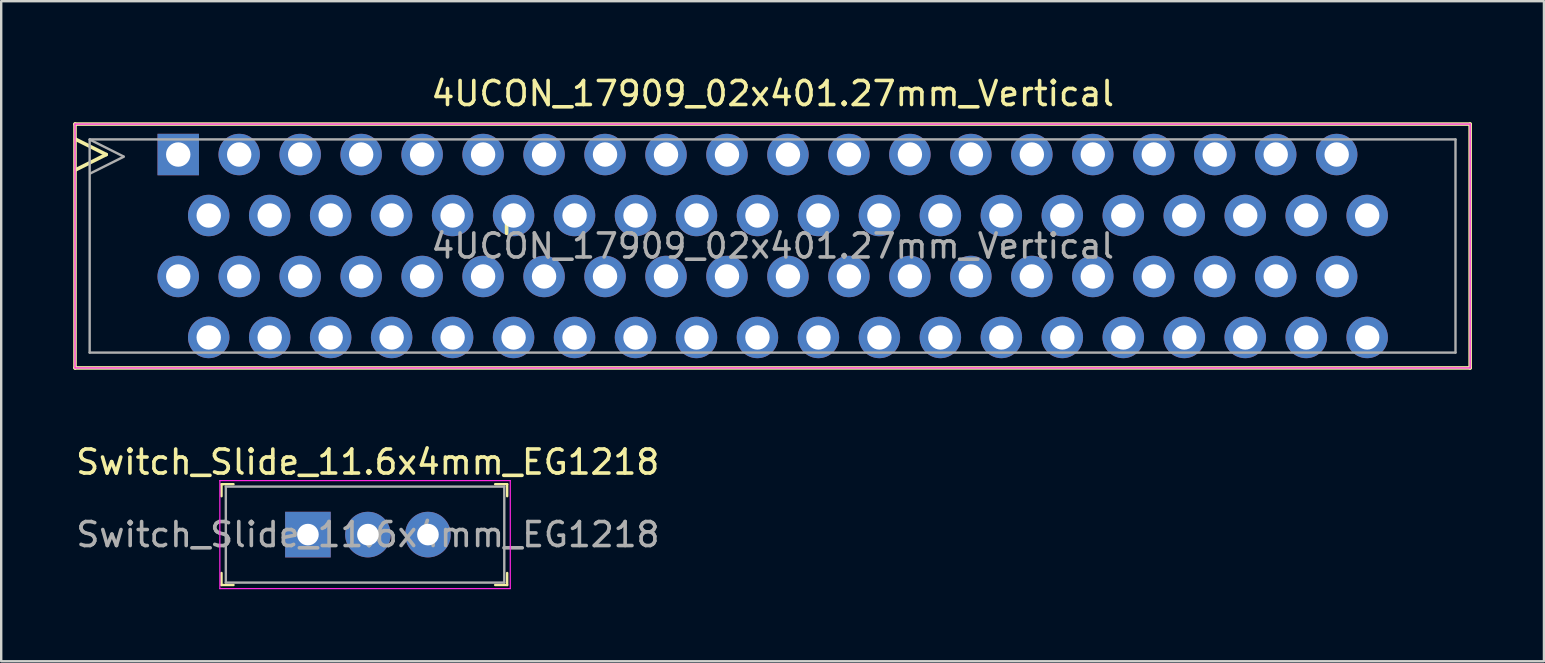
<source format=kicad_pcb>
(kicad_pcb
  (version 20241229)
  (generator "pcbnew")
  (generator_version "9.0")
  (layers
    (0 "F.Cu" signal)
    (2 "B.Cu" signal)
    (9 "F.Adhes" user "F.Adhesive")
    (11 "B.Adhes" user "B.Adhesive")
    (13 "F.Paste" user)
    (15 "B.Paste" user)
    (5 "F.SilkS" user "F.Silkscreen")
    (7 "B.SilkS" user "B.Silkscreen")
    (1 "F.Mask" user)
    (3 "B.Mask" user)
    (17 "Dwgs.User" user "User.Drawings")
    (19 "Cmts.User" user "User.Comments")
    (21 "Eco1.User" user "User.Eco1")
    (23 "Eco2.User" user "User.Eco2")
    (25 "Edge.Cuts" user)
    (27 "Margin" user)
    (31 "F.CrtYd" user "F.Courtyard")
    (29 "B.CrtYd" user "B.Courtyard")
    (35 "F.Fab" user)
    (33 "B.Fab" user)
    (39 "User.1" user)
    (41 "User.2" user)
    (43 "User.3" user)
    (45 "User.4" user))
  (footprint "4UCON_17909_02x401.27mm_Vertical"
    (layer "F.Cu")
    (at 4.375 3.388)
    (property "Reference" "4UCON_17909_02x401.27mm_Vertical" (at 24.765 -2.54 0) (layer "F.SilkS") (effects (font (size 1 1) (thickness 0.15))))
    (attr through_hole)
    (fp_line (start -4.3 -1.27) (end 53.82 -1.27) (stroke (width 0.15) (type solid)) (layer "F.SilkS"))
    (fp_line (start -4.3 8.89) (end -4.3 -1.27) (stroke (width 0.15) (type solid)) (layer "F.SilkS"))
    (fp_line (start -4.27 -0.635) (end -3 0) (stroke (width 0.15) (type solid)) (layer "F.SilkS"))
    (fp_line (start -3 0) (end -4.27 0.635) (stroke (width 0.15) (type solid)) (layer "F.SilkS"))
    (fp_line (start 13.68 2.73) (end 13.68 3.28) (stroke (width 0.15) (type solid)) (layer "F.SilkS"))
    (fp_line (start 53.82 -1.27) (end 53.82 8.89) (stroke (width 0.15) (type solid)) (layer "F.SilkS"))
    (fp_line (start 53.82 8.89) (end -4.3 8.89) (stroke (width 0.15) (type solid)) (layer "F.SilkS"))
    (fp_line (start -4.3 -1.27) (end -4.3 8.89) (stroke (width 0.05) (type solid)) (layer "F.CrtYd"))
    (fp_line (start -4.3 8.89) (end 53.82 8.89) (stroke (width 0.05) (type solid)) (layer "F.CrtYd"))
    (fp_line (start 53.82 -1.27) (end -4.3 -1.27) (stroke (width 0.05) (type solid)) (layer "F.CrtYd"))
    (fp_line (start 53.82 8.89) (end 53.82 -1.27) (stroke (width 0.05) (type solid)) (layer "F.CrtYd"))
    (fp_line (start -3.69 -0.63) (end 53.21 -0.63) (stroke (width 0.1) (type solid)) (layer "F.Fab"))
    (fp_line (start -3.69 8.25) (end -3.69 -0.63) (stroke (width 0.1) (type solid)) (layer "F.Fab"))
    (fp_line (start -3.68 -0.62) (end -2.28 0.08) (stroke (width 0.1) (type solid)) (layer "F.Fab"))
    (fp_line (start -2.27 0.09) (end -3.67 0.79) (stroke (width 0.1) (type solid)) (layer "F.Fab"))
    (fp_line (start 53.21 -0.63) (end 53.21 8.25) (stroke (width 0.1) (type solid)) (layer "F.Fab"))
    (fp_line (start 53.21 8.25) (end -3.69 8.25) (stroke (width 0.1) (type solid)) (layer "F.Fab"))
    (fp_text user "${REFERENCE}" (at 24.765 3.81 0) (layer "F.Fab") (effects (font (size 1 1) (thickness 0.15))))
    (pad "1" thru_hole rect (at 0 0) (size 1.727 1.727) (drill 1.016) (layers "*.Cu" "*.Mask"))
    (pad "2" thru_hole oval (at 0 5.08) (size 1.727 1.727) (drill 1.016) (layers "*.Cu" "*.Mask"))
    (pad "3" thru_hole oval (at 1.27 2.54) (size 1.727 1.727) (drill 1.016) (layers "*.Cu" "*.Mask"))
    (pad "4" thru_hole oval (at 1.27 7.62) (size 1.727 1.727) (drill 1.016) (layers "*.Cu" "*.Mask"))
    (pad "5" thru_hole oval (at 2.54 0) (size 1.727 1.727) (drill 1.016) (layers "*.Cu" "*.Mask"))
    (pad "6" thru_hole oval (at 2.54 5.08) (size 1.727 1.727) (drill 1.016) (layers "*.Cu" "*.Mask"))
    (pad "7" thru_hole oval (at 3.81 2.54) (size 1.727 1.727) (drill 1.016) (layers "*.Cu" "*.Mask"))
    (pad "8" thru_hole oval (at 3.81 7.62) (size 1.727 1.727) (drill 1.016) (layers "*.Cu" "*.Mask"))
    (pad "9" thru_hole oval (at 5.08 0) (size 1.727 1.727) (drill 1.016) (layers "*.Cu" "*.Mask"))
    (pad "10" thru_hole oval (at 5.08 5.08) (size 1.727 1.727) (drill 1.016) (layers "*.Cu" "*.Mask"))
    (pad "11" thru_hole oval (at 6.35 2.54) (size 1.727 1.727) (drill 1.016) (layers "*.Cu" "*.Mask"))
    (pad "12" thru_hole oval (at 6.35 7.62) (size 1.727 1.727) (drill 1.016) (layers "*.Cu" "*.Mask"))
    (pad "13" thru_hole oval (at 7.62 0) (size 1.727 1.727) (drill 1.016) (layers "*.Cu" "*.Mask"))
    (pad "14" thru_hole oval (at 7.62 5.08) (size 1.727 1.727) (drill 1.016) (layers "*.Cu" "*.Mask"))
    (pad "15" thru_hole oval (at 8.89 2.54) (size 1.727 1.727) (drill 1.016) (layers "*.Cu" "*.Mask"))
    (pad "16" thru_hole oval (at 8.89 7.62) (size 1.727 1.727) (drill 1.016) (layers "*.Cu" "*.Mask"))
    (pad "17" thru_hole oval (at 10.16 0) (size 1.727 1.727) (drill 1.016) (layers "*.Cu" "*.Mask"))
    (pad "18" thru_hole oval (at 10.16 5.08) (size 1.727 1.727) (drill 1.016) (layers "*.Cu" "*.Mask"))
    (pad "19" thru_hole oval (at 11.43 2.54) (size 1.727 1.727) (drill 1.016) (layers "*.Cu" "*.Mask"))
    (pad "20" thru_hole oval (at 11.43 7.62) (size 1.727 1.727) (drill 1.016) (layers "*.Cu" "*.Mask"))
    (pad "21" thru_hole oval (at 12.7 0) (size 1.727 1.727) (drill 1.016) (layers "*.Cu" "*.Mask"))
    (pad "22" thru_hole oval (at 12.7 5.08) (size 1.727 1.727) (drill 1.016) (layers "*.Cu" "*.Mask"))
    (pad "23" thru_hole oval (at 13.97 2.54) (size 1.727 1.727) (drill 1.016) (layers "*.Cu" "*.Mask"))
    (pad "24" thru_hole oval (at 13.97 7.62) (size 1.727 1.727) (drill 1.016) (layers "*.Cu" "*.Mask"))
    (pad "25" thru_hole oval (at 15.24 0) (size 1.727 1.727) (drill 1.016) (layers "*.Cu" "*.Mask"))
    (pad "26" thru_hole oval (at 15.24 5.08) (size 1.727 1.727) (drill 1.016) (layers "*.Cu" "*.Mask"))
    (pad "27" thru_hole oval (at 16.51 2.54) (size 1.727 1.727) (drill 1.016) (layers "*.Cu" "*.Mask"))
    (pad "28" thru_hole oval (at 16.51 7.62) (size 1.727 1.727) (drill 1.016) (layers "*.Cu" "*.Mask"))
    (pad "29" thru_hole oval (at 17.78 0) (size 1.727 1.727) (drill 1.016) (layers "*.Cu" "*.Mask"))
    (pad "30" thru_hole oval (at 17.78 5.08) (size 1.727 1.727) (drill 1.016) (layers "*.Cu" "*.Mask"))
    (pad "31" thru_hole oval (at 19.05 2.54) (size 1.727 1.727) (drill 1.016) (layers "*.Cu" "*.Mask"))
    (pad "32" thru_hole oval (at 19.05 7.62) (size 1.727 1.727) (drill 1.016) (layers "*.Cu" "*.Mask"))
    (pad "33" thru_hole oval (at 20.32 0) (size 1.727 1.727) (drill 1.016) (layers "*.Cu" "*.Mask"))
    (pad "34" thru_hole oval (at 20.32 5.08) (size 1.727 1.727) (drill 1.016) (layers "*.Cu" "*.Mask"))
    (pad "35" thru_hole oval (at 21.59 2.54) (size 1.727 1.727) (drill 1.016) (layers "*.Cu" "*.Mask"))
    (pad "36" thru_hole oval (at 21.59 7.62) (size 1.727 1.727) (drill 1.016) (layers "*.Cu" "*.Mask"))
    (pad "37" thru_hole oval (at 22.86 0) (size 1.727 1.727) (drill 1.016) (layers "*.Cu" "*.Mask"))
    (pad "38" thru_hole oval (at 22.86 5.08) (size 1.727 1.727) (drill 1.016) (layers "*.Cu" "*.Mask"))
    (pad "39" thru_hole oval (at 24.13 2.54) (size 1.727 1.727) (drill 1.016) (layers "*.Cu" "*.Mask"))
    (pad "40" thru_hole oval (at 24.13 7.62) (size 1.727 1.727) (drill 1.016) (layers "*.Cu" "*.Mask"))
    (pad "41" thru_hole oval (at 25.4 0) (size 1.727 1.727) (drill 1.016) (layers "*.Cu" "*.Mask"))
    (pad "42" thru_hole oval (at 25.4 5.08) (size 1.727 1.727) (drill 1.016) (layers "*.Cu" "*.Mask"))
    (pad "43" thru_hole oval (at 26.67 2.54) (size 1.727 1.727) (drill 1.016) (layers "*.Cu" "*.Mask"))
    (pad "44" thru_hole oval (at 26.67 7.62) (size 1.727 1.727) (drill 1.016) (layers "*.Cu" "*.Mask"))
    (pad "45" thru_hole oval (at 27.94 0) (size 1.727 1.727) (drill 1.016) (layers "*.Cu" "*.Mask"))
    (pad "46" thru_hole oval (at 27.94 5.08) (size 1.727 1.727) (drill 1.016) (layers "*.Cu" "*.Mask"))
    (pad "47" thru_hole oval (at 29.21 2.54) (size 1.727 1.727) (drill 1.016) (layers "*.Cu" "*.Mask"))
    (pad "48" thru_hole oval (at 29.21 7.62) (size 1.727 1.727) (drill 1.016) (layers "*.Cu" "*.Mask"))
    (pad "49" thru_hole oval (at 30.48 0) (size 1.727 1.727) (drill 1.016) (layers "*.Cu" "*.Mask"))
    (pad "50" thru_hole oval (at 30.48 5.08) (size 1.727 1.727) (drill 1.016) (layers "*.Cu" "*.Mask"))
    (pad "51" thru_hole oval (at 31.75 2.54) (size 1.727 1.727) (drill 1.016) (layers "*.Cu" "*.Mask"))
    (pad "52" thru_hole oval (at 31.75 7.62) (size 1.727 1.727) (drill 1.016) (layers "*.Cu" "*.Mask"))
    (pad "53" thru_hole oval (at 33.02 0) (size 1.727 1.727) (drill 1.016) (layers "*.Cu" "*.Mask"))
    (pad "54" thru_hole oval (at 33.02 5.08) (size 1.727 1.727) (drill 1.016) (layers "*.Cu" "*.Mask"))
    (pad "55" thru_hole oval (at 34.29 2.54) (size 1.727 1.727) (drill 1.016) (layers "*.Cu" "*.Mask"))
    (pad "56" thru_hole oval (at 34.29 7.62) (size 1.727 1.727) (drill 1.016) (layers "*.Cu" "*.Mask"))
    (pad "57" thru_hole oval (at 35.56 0) (size 1.727 1.727) (drill 1.016) (layers "*.Cu" "*.Mask"))
    (pad "58" thru_hole oval (at 35.56 5.08) (size 1.727 1.727) (drill 1.016) (layers "*.Cu" "*.Mask"))
    (pad "59" thru_hole oval (at 36.83 2.54) (size 1.727 1.727) (drill 1.016) (layers "*.Cu" "*.Mask"))
    (pad "60" thru_hole oval (at 36.83 7.62) (size 1.727 1.727) (drill 1.016) (layers "*.Cu" "*.Mask"))
    (pad "61" thru_hole oval (at 38.1 0) (size 1.727 1.727) (drill 1.016) (layers "*.Cu" "*.Mask"))
    (pad "62" thru_hole oval (at 38.1 5.08) (size 1.727 1.727) (drill 1.016) (layers "*.Cu" "*.Mask"))
    (pad "63" thru_hole oval (at 39.37 2.54) (size 1.727 1.727) (drill 1.016) (layers "*.Cu" "*.Mask"))
    (pad "64" thru_hole oval (at 39.37 7.62) (size 1.727 1.727) (drill 1.016) (layers "*.Cu" "*.Mask"))
    (pad "65" thru_hole oval (at 40.64 0) (size 1.727 1.727) (drill 1.016) (layers "*.Cu" "*.Mask"))
    (pad "66" thru_hole oval (at 40.64 5.08) (size 1.727 1.727) (drill 1.016) (layers "*.Cu" "*.Mask"))
    (pad "67" thru_hole oval (at 41.91 2.54) (size 1.727 1.727) (drill 1.016) (layers "*.Cu" "*.Mask"))
    (pad "68" thru_hole oval (at 41.91 7.62) (size 1.727 1.727) (drill 1.016) (layers "*.Cu" "*.Mask"))
    (pad "69" thru_hole oval (at 43.18 0) (size 1.727 1.727) (drill 1.016) (layers "*.Cu" "*.Mask"))
    (pad "70" thru_hole oval (at 43.18 5.08) (size 1.727 1.727) (drill 1.016) (layers "*.Cu" "*.Mask"))
    (pad "71" thru_hole oval (at 44.45 2.54) (size 1.727 1.727) (drill 1.016) (layers "*.Cu" "*.Mask"))
    (pad "72" thru_hole oval (at 44.45 7.62) (size 1.727 1.727) (drill 1.016) (layers "*.Cu" "*.Mask"))
    (pad "73" thru_hole oval (at 45.72 0) (size 1.727 1.727) (drill 1.016) (layers "*.Cu" "*.Mask"))
    (pad "74" thru_hole oval (at 45.72 5.08) (size 1.727 1.727) (drill 1.016) (layers "*.Cu" "*.Mask"))
    (pad "75" thru_hole oval (at 46.99 2.54) (size 1.727 1.727) (drill 1.016) (layers "*.Cu" "*.Mask"))
    (pad "76" thru_hole oval (at 46.99 7.62) (size 1.727 1.727) (drill 1.016) (layers "*.Cu" "*.Mask"))
    (pad "77" thru_hole oval (at 48.26 0) (size 1.727 1.727) (drill 1.016) (layers "*.Cu" "*.Mask"))
    (pad "78" thru_hole oval (at 48.26 5.08) (size 1.727 1.727) (drill 1.016) (layers "*.Cu" "*.Mask"))
    (pad "79" thru_hole oval (at 49.53 2.54) (size 1.727 1.727) (drill 1.016) (layers "*.Cu" "*.Mask"))
    (pad "80" thru_hole oval (at 49.53 7.62) (size 1.727 1.727) (drill 1.016) (layers "*.Cu" "*.Mask")))
  (footprint "Switch_Slide_11.6x4mm_EG1218"
    (layer "F.Cu")
    (at 9.778 19.221)
    (property "Reference" "Switch_Slide_11.6x4mm_EG1218" (at 2.49 -3.02 0) (layer "F.SilkS") (effects (font (size 1 1) (thickness 0.15))))
    (attr through_hole)
    (fp_line (start -3.6 -2.1) (end -3.6 -1.6) (stroke (width 0.1) (type solid)) (layer "F.SilkS"))
    (fp_line (start -3.6 -2.1) (end -3.1 -2.1) (stroke (width 0.1) (type solid)) (layer "F.SilkS"))
    (fp_line (start -3.6 2.1) (end -3.6 1.6) (stroke (width 0.1) (type solid)) (layer "F.SilkS"))
    (fp_line (start -3.6 2.1) (end -3.1 2.1) (stroke (width 0.1) (type solid)) (layer "F.SilkS"))
    (fp_line (start 8.3 -2.1) (end 7.8 -2.1) (stroke (width 0.1) (type solid)) (layer "F.SilkS"))
    (fp_line (start 8.3 -2.1) (end 8.3 -1.6) (stroke (width 0.1) (type solid)) (layer "F.SilkS"))
    (fp_line (start 8.3 2.1) (end 7.8 2.1) (stroke (width 0.1) (type solid)) (layer "F.SilkS"))
    (fp_line (start 8.3 2.1) (end 8.3 1.6) (stroke (width 0.1) (type solid)) (layer "F.SilkS"))
    (fp_line (start -3.67 -2.25) (end 8.43 -2.25) (stroke (width 0.05) (type solid)) (layer "F.CrtYd"))
    (fp_line (start -3.67 2.25) (end -3.67 -2.25) (stroke (width 0.05) (type solid)) (layer "F.CrtYd"))
    (fp_line (start -3.67 2.25) (end 8.43 2.25) (stroke (width 0.05) (type solid)) (layer "F.CrtYd"))
    (fp_line (start 8.43 2.25) (end 8.43 -2.25) (stroke (width 0.05) (type solid)) (layer "F.CrtYd"))
    (fp_line (start -3.42 -2) (end 8.18 -2) (stroke (width 0.1) (type solid)) (layer "F.Fab"))
    (fp_line (start -3.42 2) (end -3.42 -2) (stroke (width 0.1) (type solid)) (layer "F.Fab"))
    (fp_line (start -3.42 2) (end 8.18 2) (stroke (width 0.1) (type solid)) (layer "F.Fab"))
    (fp_line (start 8.18 2) (end 8.18 -2) (stroke (width 0.1) (type solid)) (layer "F.Fab"))
    (fp_text user "${REFERENCE}" (at 2.5 0 0) (layer "F.Fab") (effects (font (size 1 1) (thickness 0.15))))
    (pad "1" thru_hole rect (at 0 0) (size 1.9 1.9) (drill 0.9) (layers "*.Cu" "*.Mask"))
    (pad "2" thru_hole circle (at 2.5 0) (size 1.9 1.9) (drill 0.9) (layers "*.Cu" "*.Mask"))
    (pad "3" thru_hole circle (at 5 0) (size 1.9 1.9) (drill 0.9) (layers "*.Cu" "*.Mask")))
  (gr_rect
    (start -3 -3)
    (end 61.27 24.497)
    (stroke (width 0.1) (type default))
    (fill no)
    (layer "Edge.Cuts")))
</source>
